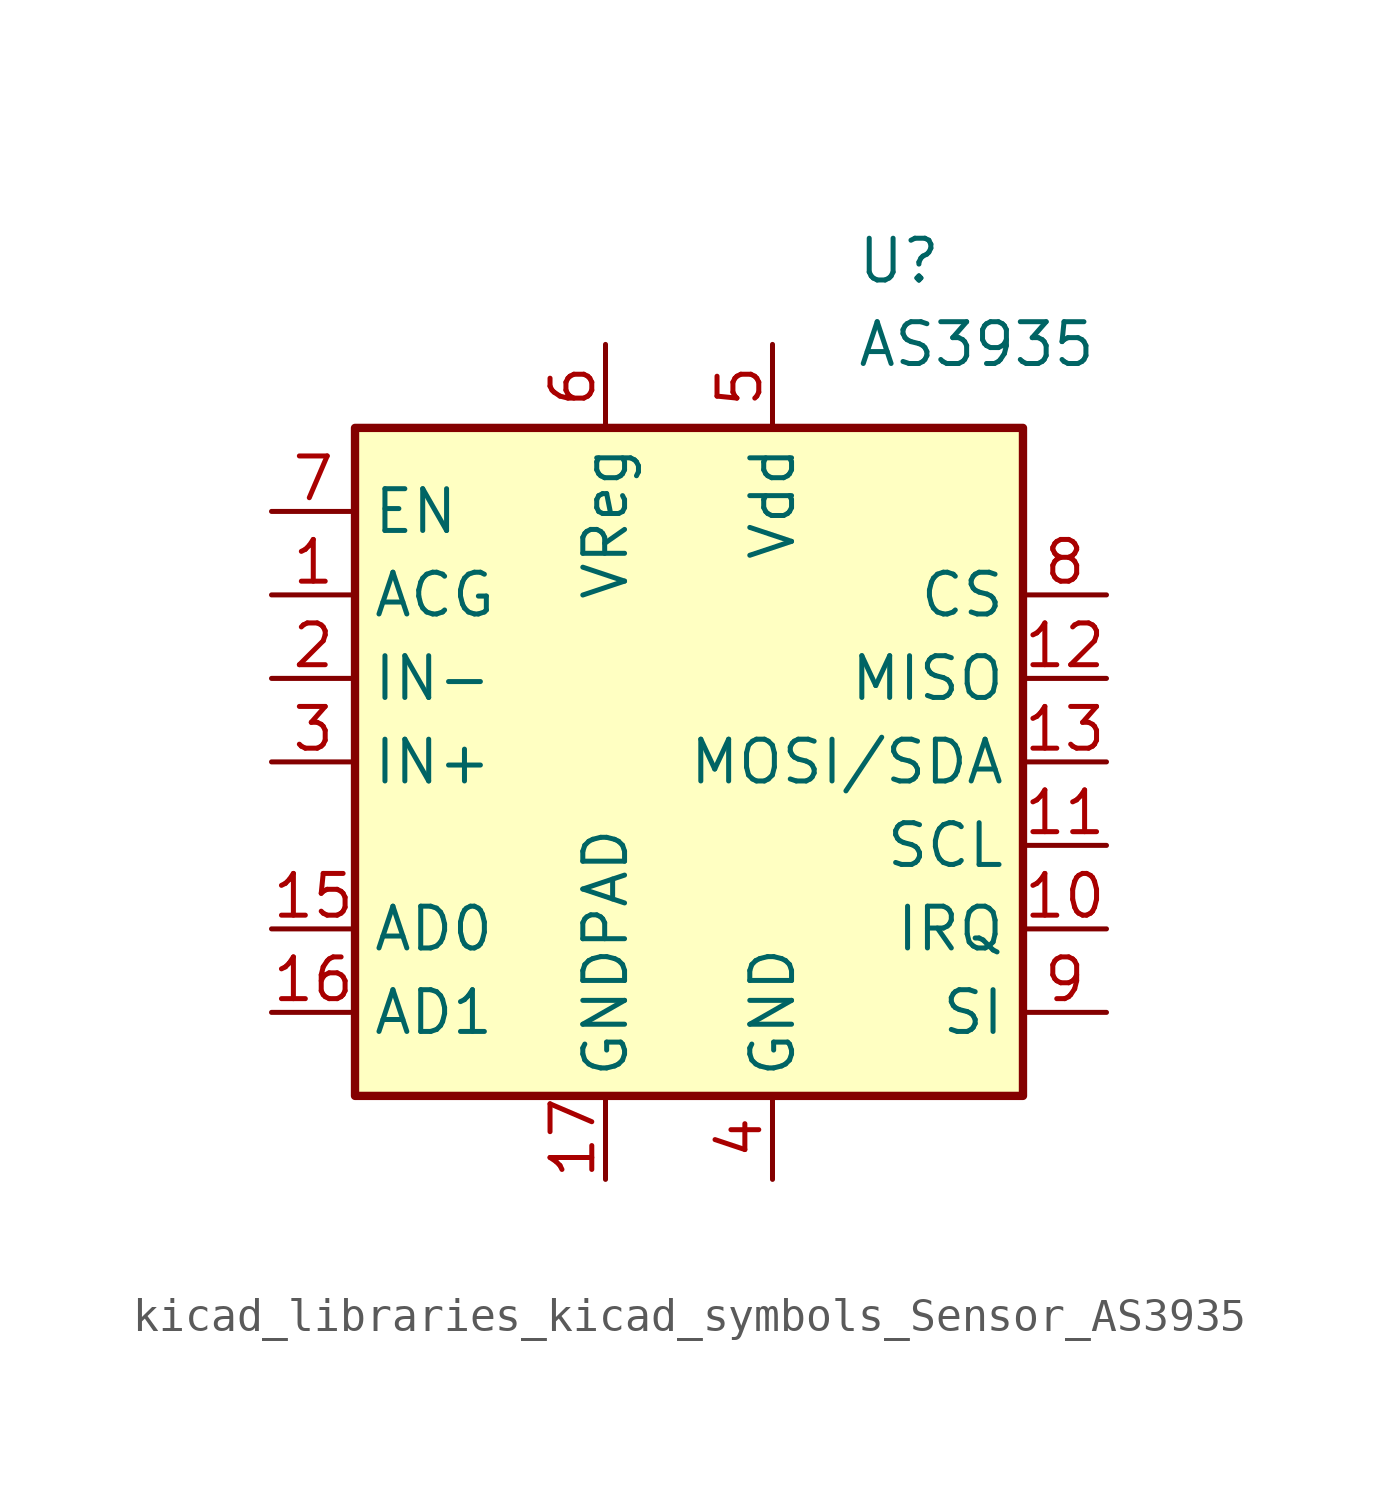
<source format=kicad_sym>
(kicad_symbol_lib
  (version 20220914)
  (generator kicad_symbol_editor)
  (symbol "kicad_libraries_kicad_symbols_Sensor_AS3935"
    (property "Reference" "U"
      (at 5.08 15.24 0)
      (effects (font (size 1.27 1.27)) (justify left)))
    (property "Value" "AS3935"
      (at 5.08 12.7 0)
      (effects (font (size 1.27 1.27)) (justify left)))
    (symbol "kicad_libraries_kicad_symbols_Sensor_AS3935_0_1"
      (rectangle (start -10.16 10.16) (end 10.16 -10.16) (stroke (width 0.254) (type default)) (fill (type background))))
    (symbol "kicad_libraries_kicad_symbols_Sensor_AS3935_1_1"
      (pin input line (at -12.7 5.08 0) (length 2.54) (name "ACG" (effects (font (size 1.27 1.27)))) (number "1" (effects (font (size 1.27 1.27)))))
      (pin bidirectional line (at 12.7 -5.08 180) (length 2.54) (name "IRQ" (effects (font (size 1.27 1.27)))) (number "10" (effects (font (size 1.27 1.27)))))
      (pin bidirectional line (at 12.7 -2.54 180) (length 2.54) (name "SCL" (effects (font (size 1.27 1.27)))) (number "11" (effects (font (size 1.27 1.27)))))
      (pin output line (at 12.7 2.54 180) (length 2.54) (name "MISO" (effects (font (size 1.27 1.27)))) (number "12" (effects (font (size 1.27 1.27)))))
      (pin bidirectional line (at 12.7 0 180) (length 2.54) (name "MOSI/SDA" (effects (font (size 1.27 1.27)))) (number "13" (effects (font (size 1.27 1.27)))))
      (pin input line (at -12.7 -5.08 0) (length 2.54) (name "AD0" (effects (font (size 1.27 1.27)))) (number "15" (effects (font (size 1.27 1.27)))))
      (pin input line (at -12.7 -7.62 0) (length 2.54) (name "AD1" (effects (font (size 1.27 1.27)))) (number "16" (effects (font (size 1.27 1.27)))))
      (pin power_in line (at -2.54 -12.7 90) (length 2.54) (name "GNDPAD" (effects (font (size 1.27 1.27)))) (number "17" (effects (font (size 1.27 1.27)))))
      (pin input line (at -12.7 2.54 0) (length 2.54) (name "IN-" (effects (font (size 1.27 1.27)))) (number "2" (effects (font (size 1.27 1.27)))))
      (pin input line (at -12.7 0 0) (length 2.54) (name "IN+" (effects (font (size 1.27 1.27)))) (number "3" (effects (font (size 1.27 1.27)))))
      (pin power_in line (at 2.54 -12.7 90) (length 2.54) (name "GND" (effects (font (size 1.27 1.27)))) (number "4" (effects (font (size 1.27 1.27)))))
      (pin power_in line (at 2.54 12.7 270) (length 2.54) (name "Vdd" (effects (font (size 1.27 1.27)))) (number "5" (effects (font (size 1.27 1.27)))))
      (pin passive line (at -2.54 12.7 270) (length 2.54) (name "VReg" (effects (font (size 1.27 1.27)))) (number "6" (effects (font (size 1.27 1.27)))))
      (pin input line (at -12.7 7.62 0) (length 2.54) (name "EN" (effects (font (size 1.27 1.27)))) (number "7" (effects (font (size 1.27 1.27)))))
      (pin input line (at 12.7 5.08 180) (length 2.54) (name "CS" (effects (font (size 1.27 1.27)))) (number "8" (effects (font (size 1.27 1.27)))))
      (pin input line (at 12.7 -7.62 180) (length 2.54) (name "SI" (effects (font (size 1.27 1.27)))) (number "9" (effects (font (size 1.27 1.27))))))))
</source>
